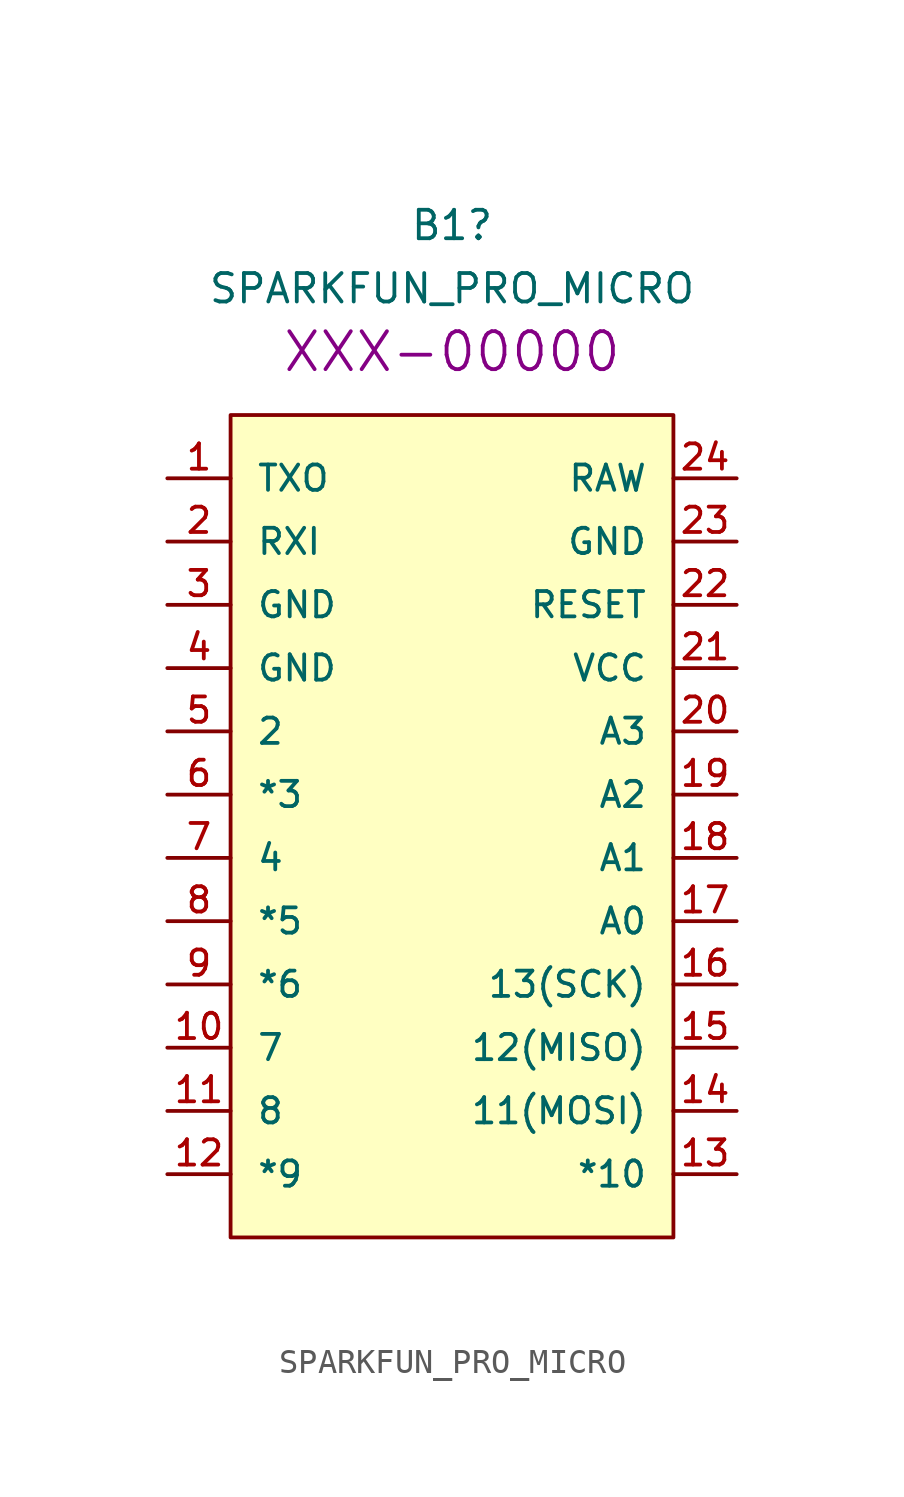
<source format=kicad_sym>
(kicad_symbol_lib
  (version 20220914)
  (generator kicad_symbol_editor)
  (symbol "SPARKFUN_PRO_MICRO"
    (pin_names
      (offset 1.016))
    (property "Reference" "B1"
      (at 0 24.13 0)
      (effects (font (size 1.143 1.143))))
    (property "Value" "SPARKFUN_PRO_MICRO"
      (at 0 21.59 0)
      (effects (font (size 1.143 1.143))))
    (property "Field4" "XXX-00000"
      (at 0 19.05 0)
      (effects (font (size 1.524 1.524))))
    (property "ki_locked" ""
      (at 0 0 0)
      (effects (font (size 1.27 1.27))))
    (symbol "SPARKFUN_PRO_MICRO_1_1"
      (polyline (pts (xy -8.89 16.51) (xy -8.89 -16.51) (xy 8.89 -16.51) (xy 8.89 16.51) (xy -8.89 16.51)) (stroke (width 0) (type solid)) (fill (type background)))
      (pin bidirectional line (at -11.43 13.97 0) (length 2.54) (name "TXO" (effects (font (size 1.016 1.016)))) (number "1" (effects (font (size 1.016 1.016)))))
      (pin bidirectional line (at -11.43 -8.89 0) (length 2.54) (name "7" (effects (font (size 1.016 1.016)))) (number "10" (effects (font (size 1.016 1.016)))))
      (pin bidirectional line (at -11.43 -11.43 0) (length 2.54) (name "8" (effects (font (size 1.016 1.016)))) (number "11" (effects (font (size 1.016 1.016)))))
      (pin bidirectional line (at -11.43 -13.97 0) (length 2.54) (name "*9" (effects (font (size 1.016 1.016)))) (number "12" (effects (font (size 1.016 1.016)))))
      (pin bidirectional line (at 11.43 -13.97 180) (length 2.54) (name "*10" (effects (font (size 1.016 1.016)))) (number "13" (effects (font (size 1.016 1.016)))))
      (pin bidirectional line (at 11.43 -11.43 180) (length 2.54) (name "11(MOSI)" (effects (font (size 1.016 1.016)))) (number "14" (effects (font (size 1.016 1.016)))))
      (pin bidirectional line (at 11.43 -8.89 180) (length 2.54) (name "12(MISO)" (effects (font (size 1.016 1.016)))) (number "15" (effects (font (size 1.016 1.016)))))
      (pin bidirectional line (at 11.43 -6.35 180) (length 2.54) (name "13(SCK)" (effects (font (size 1.016 1.016)))) (number "16" (effects (font (size 1.016 1.016)))))
      (pin bidirectional line (at 11.43 -3.81 180) (length 2.54) (name "A0" (effects (font (size 1.016 1.016)))) (number "17" (effects (font (size 1.016 1.016)))))
      (pin bidirectional line (at 11.43 -1.27 180) (length 2.54) (name "A1" (effects (font (size 1.016 1.016)))) (number "18" (effects (font (size 1.016 1.016)))))
      (pin bidirectional line (at 11.43 1.27 180) (length 2.54) (name "A2" (effects (font (size 1.016 1.016)))) (number "19" (effects (font (size 1.016 1.016)))))
      (pin bidirectional line (at -11.43 11.43 0) (length 2.54) (name "RXI" (effects (font (size 1.016 1.016)))) (number "2" (effects (font (size 1.016 1.016)))))
      (pin bidirectional line (at 11.43 3.81 180) (length 2.54) (name "A3" (effects (font (size 1.016 1.016)))) (number "20" (effects (font (size 1.016 1.016)))))
      (pin power_in line (at 11.43 6.35 180) (length 2.54) (name "VCC" (effects (font (size 1.016 1.016)))) (number "21" (effects (font (size 1.016 1.016)))))
      (pin bidirectional line (at 11.43 8.89 180) (length 2.54) (name "RESET" (effects (font (size 1.016 1.016)))) (number "22" (effects (font (size 1.016 1.016)))))
      (pin power_out line (at 11.43 11.43 180) (length 2.54) (name "GND" (effects (font (size 1.016 1.016)))) (number "23" (effects (font (size 1.016 1.016)))))
      (pin power_in line (at 11.43 13.97 180) (length 2.54) (name "RAW" (effects (font (size 1.016 1.016)))) (number "24" (effects (font (size 1.016 1.016)))))
      (pin power_out line (at -11.43 8.89 0) (length 2.54) (name "GND" (effects (font (size 1.016 1.016)))) (number "3" (effects (font (size 1.016 1.016)))))
      (pin power_out line (at -11.43 6.35 0) (length 2.54) (name "GND" (effects (font (size 1.016 1.016)))) (number "4" (effects (font (size 1.016 1.016)))))
      (pin bidirectional line (at -11.43 3.81 0) (length 2.54) (name "2" (effects (font (size 1.016 1.016)))) (number "5" (effects (font (size 1.016 1.016)))))
      (pin bidirectional line (at -11.43 1.27 0) (length 2.54) (name "*3" (effects (font (size 1.016 1.016)))) (number "6" (effects (font (size 1.016 1.016)))))
      (pin bidirectional line (at -11.43 -1.27 0) (length 2.54) (name "4" (effects (font (size 1.016 1.016)))) (number "7" (effects (font (size 1.016 1.016)))))
      (pin bidirectional line (at -11.43 -3.81 0) (length 2.54) (name "*5" (effects (font (size 1.016 1.016)))) (number "8" (effects (font (size 1.016 1.016)))))
      (pin bidirectional line (at -11.43 -6.35 0) (length 2.54) (name "*6" (effects (font (size 1.016 1.016)))) (number "9" (effects (font (size 1.016 1.016))))))))
</source>
